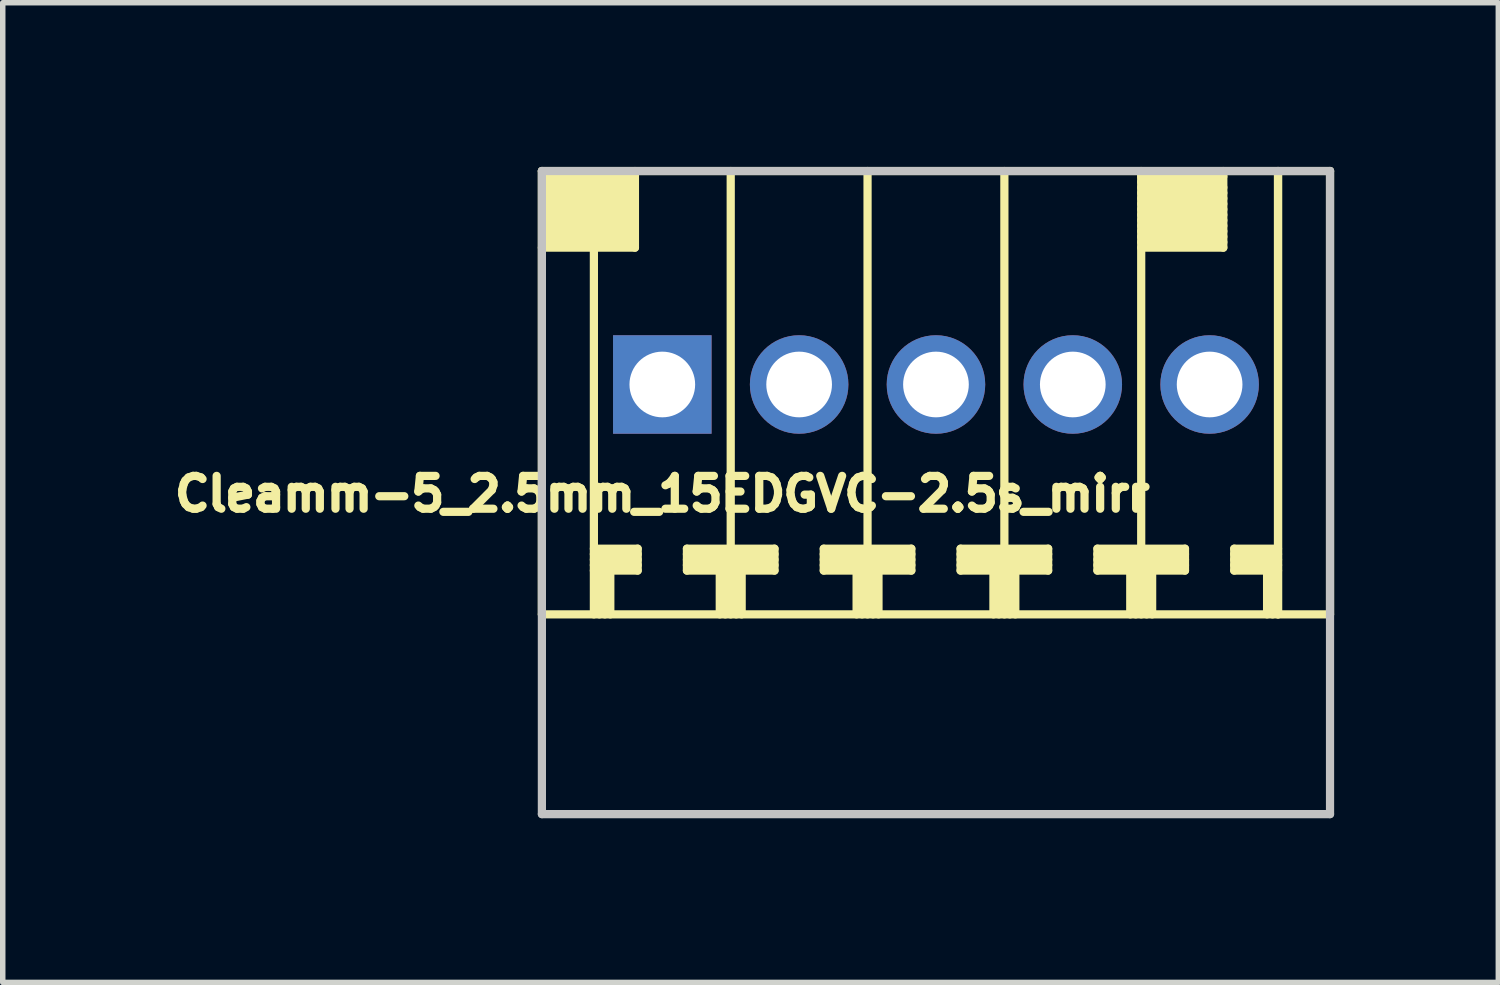
<source format=kicad_pcb>
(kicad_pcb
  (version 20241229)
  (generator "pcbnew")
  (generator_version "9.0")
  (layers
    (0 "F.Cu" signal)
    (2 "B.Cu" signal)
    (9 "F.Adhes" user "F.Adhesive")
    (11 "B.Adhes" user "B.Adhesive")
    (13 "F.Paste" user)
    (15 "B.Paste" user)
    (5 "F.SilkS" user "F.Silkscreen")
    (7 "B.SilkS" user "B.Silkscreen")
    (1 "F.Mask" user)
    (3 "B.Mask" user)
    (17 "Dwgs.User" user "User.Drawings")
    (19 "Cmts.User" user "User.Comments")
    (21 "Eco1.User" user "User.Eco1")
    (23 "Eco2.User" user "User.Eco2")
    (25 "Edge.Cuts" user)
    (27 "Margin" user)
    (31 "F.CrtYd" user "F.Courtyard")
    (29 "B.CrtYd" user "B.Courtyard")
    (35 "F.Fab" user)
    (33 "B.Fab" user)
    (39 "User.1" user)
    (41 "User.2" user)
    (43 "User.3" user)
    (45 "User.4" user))
  (footprint "Cleamm-5_2.5mm_15EDGVC-2.5s_mirr"
    (layer "F.Cu")
    (at 14.051 3.975)
    (property "Reference" "Cleamm-5_2.5mm_15EDGVC-2.5s_mirr" (at -5 2 0) (layer "F.SilkS") (effects (font (size 0.6 0.6) (thickness 0.15))))
    (attr through_hole)
    (fp_line (start -7.2 -3.9) (end -7.2 4.2) (stroke (width 0.15) (type solid)) (layer "F.SilkS"))
    (fp_line (start -7.2 -2.5) (end -5.5 -2.5) (stroke (width 0.15) (type solid)) (layer "F.SilkS"))
    (fp_line (start -7.15 -3.7) (end -5.55 -3.7) (stroke (width 0.15) (type solid)) (layer "F.SilkS"))
    (fp_line (start -7.15 -3.5) (end -5.55 -3.5) (stroke (width 0.15) (type solid)) (layer "F.SilkS"))
    (fp_line (start -7.15 -3.3) (end -5.55 -3.3) (stroke (width 0.15) (type solid)) (layer "F.SilkS"))
    (fp_line (start -7.15 -3.1) (end -5.55 -3.1) (stroke (width 0.15) (type solid)) (layer "F.SilkS"))
    (fp_line (start -7.15 -2.9) (end -5.55 -2.9) (stroke (width 0.15) (type solid)) (layer "F.SilkS"))
    (fp_line (start -7.15 -2.7) (end -5.55 -2.7) (stroke (width 0.15) (type solid)) (layer "F.SilkS"))
    (fp_line (start -6.25 -2.5) (end -6.25 4.2) (stroke (width 0.15) (type solid)) (layer "F.SilkS"))
    (fp_line (start -6.25 3.2) (end -5.45 3.2) (stroke (width 0.15) (type solid)) (layer "F.SilkS"))
    (fp_line (start -6.25 3.3) (end -5.45 3.3) (stroke (width 0.15) (type solid)) (layer "F.SilkS"))
    (fp_line (start -6.25 3.4) (end -5.45 3.4) (stroke (width 0.15) (type solid)) (layer "F.SilkS"))
    (fp_line (start -6.15 4.2) (end -6.15 3.4) (stroke (width 0.15) (type solid)) (layer "F.SilkS"))
    (fp_line (start -6.05 3.4) (end -6.05 4.2) (stroke (width 0.15) (type solid)) (layer "F.SilkS"))
    (fp_line (start -5.95 4.2) (end -5.95 3.4) (stroke (width 0.15) (type solid)) (layer "F.SilkS"))
    (fp_line (start -5.55 -3.8) (end -7.15 -3.8) (stroke (width 0.15) (type solid)) (layer "F.SilkS"))
    (fp_line (start -5.55 -3.6) (end -7.15 -3.6) (stroke (width 0.15) (type solid)) (layer "F.SilkS"))
    (fp_line (start -5.55 -3.4) (end -7.15 -3.4) (stroke (width 0.15) (type solid)) (layer "F.SilkS"))
    (fp_line (start -5.55 -3.2) (end -7.15 -3.2) (stroke (width 0.15) (type solid)) (layer "F.SilkS"))
    (fp_line (start -5.55 -3) (end -7.15 -3) (stroke (width 0.15) (type solid)) (layer "F.SilkS"))
    (fp_line (start -5.55 -2.8) (end -7.15 -2.8) (stroke (width 0.15) (type solid)) (layer "F.SilkS"))
    (fp_line (start -5.55 -2.6) (end -7.15 -2.6) (stroke (width 0.15) (type solid)) (layer "F.SilkS"))
    (fp_line (start -5.5 -2.5) (end -5.5 -3.9) (stroke (width 0.15) (type solid)) (layer "F.SilkS"))
    (fp_line (start -5.45 3) (end -6.25 3) (stroke (width 0.15) (type solid)) (layer "F.SilkS"))
    (fp_line (start -5.45 3.1) (end -6.25 3.1) (stroke (width 0.15) (type solid)) (layer "F.SilkS"))
    (fp_line (start -5.45 3.4) (end -5.45 3) (stroke (width 0.15) (type solid)) (layer "F.SilkS"))
    (fp_line (start -4.55 3) (end -4.55 3.4) (stroke (width 0.15) (type solid)) (layer "F.SilkS"))
    (fp_line (start -4.55 3.2) (end -2.95 3.2) (stroke (width 0.15) (type solid)) (layer "F.SilkS"))
    (fp_line (start -4.55 3.4) (end -3.95 3.4) (stroke (width 0.15) (type solid)) (layer "F.SilkS"))
    (fp_line (start -3.95 4.2) (end -3.95 3.4) (stroke (width 0.15) (type solid)) (layer "F.SilkS"))
    (fp_line (start -3.85 4.2) (end -3.85 3.4) (stroke (width 0.15) (type solid)) (layer "F.SilkS"))
    (fp_line (start -3.75 4.2) (end -3.75 -3.9) (stroke (width 0.15) (type solid)) (layer "F.SilkS"))
    (fp_line (start -3.65 4.2) (end -3.65 3.4) (stroke (width 0.15) (type solid)) (layer "F.SilkS"))
    (fp_line (start -3.55 3.4) (end -2.95 3.4) (stroke (width 0.15) (type solid)) (layer "F.SilkS"))
    (fp_line (start -3.55 4.2) (end -3.55 3.4) (stroke (width 0.15) (type solid)) (layer "F.SilkS"))
    (fp_line (start -2.95 3) (end -4.55 3) (stroke (width 0.15) (type solid)) (layer "F.SilkS"))
    (fp_line (start -2.95 3.1) (end -4.55 3.1) (stroke (width 0.15) (type solid)) (layer "F.SilkS"))
    (fp_line (start -2.95 3.3) (end -4.55 3.3) (stroke (width 0.15) (type solid)) (layer "F.SilkS"))
    (fp_line (start -2.95 3.4) (end -2.95 3) (stroke (width 0.15) (type solid)) (layer "F.SilkS"))
    (fp_line (start -2.05 3) (end -2.05 3.4) (stroke (width 0.15) (type solid)) (layer "F.SilkS"))
    (fp_line (start -2.05 3.2) (end -0.45 3.2) (stroke (width 0.15) (type solid)) (layer "F.SilkS"))
    (fp_line (start -2.05 3.4) (end -1.45 3.4) (stroke (width 0.15) (type solid)) (layer "F.SilkS"))
    (fp_line (start -1.45 4.2) (end -1.45 3.4) (stroke (width 0.15) (type solid)) (layer "F.SilkS"))
    (fp_line (start -1.35 4.2) (end -1.35 3.4) (stroke (width 0.15) (type solid)) (layer "F.SilkS"))
    (fp_line (start -1.25 -3.9) (end -1.25 4.2) (stroke (width 0.15) (type solid)) (layer "F.SilkS"))
    (fp_line (start -1.15 4.2) (end -1.15 3.4) (stroke (width 0.15) (type solid)) (layer "F.SilkS"))
    (fp_line (start -1.05 3.4) (end -0.45 3.4) (stroke (width 0.15) (type solid)) (layer "F.SilkS"))
    (fp_line (start -1.05 4.2) (end -1.05 3.4) (stroke (width 0.15) (type solid)) (layer "F.SilkS"))
    (fp_line (start -0.45 3) (end -2.05 3) (stroke (width 0.15) (type solid)) (layer "F.SilkS"))
    (fp_line (start -0.45 3.1) (end -2.05 3.1) (stroke (width 0.15) (type solid)) (layer "F.SilkS"))
    (fp_line (start -0.45 3.3) (end -2.05 3.3) (stroke (width 0.15) (type solid)) (layer "F.SilkS"))
    (fp_line (start -0.45 3.4) (end -0.45 3) (stroke (width 0.15) (type solid)) (layer "F.SilkS"))
    (fp_line (start 0.45 3) (end 0.45 3.4) (stroke (width 0.15) (type solid)) (layer "F.SilkS"))
    (fp_line (start 0.45 3.2) (end 2.05 3.2) (stroke (width 0.15) (type solid)) (layer "F.SilkS"))
    (fp_line (start 0.45 3.4) (end 1.05 3.4) (stroke (width 0.15) (type solid)) (layer "F.SilkS"))
    (fp_line (start 1.05 4.2) (end 1.05 3.4) (stroke (width 0.15) (type solid)) (layer "F.SilkS"))
    (fp_line (start 1.15 4.2) (end 1.15 3.4) (stroke (width 0.15) (type solid)) (layer "F.SilkS"))
    (fp_line (start 1.25 -3.9) (end 1.25 4.2) (stroke (width 0.15) (type solid)) (layer "F.SilkS"))
    (fp_line (start 1.35 4.2) (end 1.35 3.4) (stroke (width 0.15) (type solid)) (layer "F.SilkS"))
    (fp_line (start 1.45 3.4) (end 2.05 3.4) (stroke (width 0.15) (type solid)) (layer "F.SilkS"))
    (fp_line (start 1.45 4.2) (end 1.45 3.4) (stroke (width 0.15) (type solid)) (layer "F.SilkS"))
    (fp_line (start 2.05 3) (end 0.45 3) (stroke (width 0.15) (type solid)) (layer "F.SilkS"))
    (fp_line (start 2.05 3.1) (end 0.45 3.1) (stroke (width 0.15) (type solid)) (layer "F.SilkS"))
    (fp_line (start 2.05 3.3) (end 0.45 3.3) (stroke (width 0.15) (type solid)) (layer "F.SilkS"))
    (fp_line (start 2.05 3.4) (end 2.05 3) (stroke (width 0.15) (type solid)) (layer "F.SilkS"))
    (fp_line (start 2.95 3) (end 2.95 3.4) (stroke (width 0.15) (type solid)) (layer "F.SilkS"))
    (fp_line (start 2.95 3.2) (end 4.55 3.2) (stroke (width 0.15) (type solid)) (layer "F.SilkS"))
    (fp_line (start 2.95 3.4) (end 3.55 3.4) (stroke (width 0.15) (type solid)) (layer "F.SilkS"))
    (fp_line (start 3.55 4.2) (end 3.55 3.4) (stroke (width 0.15) (type solid)) (layer "F.SilkS"))
    (fp_line (start 3.65 4.2) (end 3.65 3.4) (stroke (width 0.15) (type solid)) (layer "F.SilkS"))
    (fp_line (start 3.75 -3.6) (end 5.25 -3.6) (stroke (width 0.15) (type solid)) (layer "F.SilkS"))
    (fp_line (start 3.75 -3.4) (end 5.25 -3.4) (stroke (width 0.15) (type solid)) (layer "F.SilkS"))
    (fp_line (start 3.75 -3.2) (end 5.25 -3.2) (stroke (width 0.15) (type solid)) (layer "F.SilkS"))
    (fp_line (start 3.75 -3) (end 5.25 -3) (stroke (width 0.15) (type solid)) (layer "F.SilkS"))
    (fp_line (start 3.75 -2.8) (end 5.25 -2.8) (stroke (width 0.15) (type solid)) (layer "F.SilkS"))
    (fp_line (start 3.75 -2.6) (end 5.25 -2.6) (stroke (width 0.15) (type solid)) (layer "F.SilkS"))
    (fp_line (start 3.75 4.2) (end 3.75 -3.9) (stroke (width 0.15) (type solid)) (layer "F.SilkS"))
    (fp_line (start 3.85 4.2) (end 3.85 3.4) (stroke (width 0.15) (type solid)) (layer "F.SilkS"))
    (fp_line (start 3.95 3.4) (end 4.55 3.4) (stroke (width 0.15) (type solid)) (layer "F.SilkS"))
    (fp_line (start 3.95 4.2) (end 3.95 3.4) (stroke (width 0.15) (type solid)) (layer "F.SilkS"))
    (fp_line (start 4.55 3) (end 2.95 3) (stroke (width 0.15) (type solid)) (layer "F.SilkS"))
    (fp_line (start 4.55 3.1) (end 2.95 3.1) (stroke (width 0.15) (type solid)) (layer "F.SilkS"))
    (fp_line (start 4.55 3.3) (end 2.95 3.3) (stroke (width 0.15) (type solid)) (layer "F.SilkS"))
    (fp_line (start 4.55 3.4) (end 4.55 3) (stroke (width 0.15) (type solid)) (layer "F.SilkS"))
    (fp_line (start 5.15 -3.7) (end 3.75 -3.7) (stroke (width 0.15) (type solid)) (layer "F.SilkS"))
    (fp_line (start 5.25 -3.8) (end 3.75 -3.8) (stroke (width 0.15) (type solid)) (layer "F.SilkS"))
    (fp_line (start 5.25 -3.5) (end 3.75 -3.5) (stroke (width 0.15) (type solid)) (layer "F.SilkS"))
    (fp_line (start 5.25 -3.3) (end 3.75 -3.3) (stroke (width 0.15) (type solid)) (layer "F.SilkS"))
    (fp_line (start 5.25 -3.1) (end 3.75 -3.1) (stroke (width 0.15) (type solid)) (layer "F.SilkS"))
    (fp_line (start 5.25 -2.9) (end 3.75 -2.9) (stroke (width 0.15) (type solid)) (layer "F.SilkS"))
    (fp_line (start 5.25 -2.7) (end 3.75 -2.7) (stroke (width 0.15) (type solid)) (layer "F.SilkS"))
    (fp_line (start 5.25 -2.5) (end 3.75 -2.5) (stroke (width 0.15) (type solid)) (layer "F.SilkS"))
    (fp_line (start 5.25 -2.5) (end 5.25 -3.9) (stroke (width 0.15) (type solid)) (layer "F.SilkS"))
    (fp_line (start 5.45 3) (end 6.25 3) (stroke (width 0.15) (type solid)) (layer "F.SilkS"))
    (fp_line (start 5.45 3.1) (end 6.25 3.1) (stroke (width 0.15) (type solid)) (layer "F.SilkS"))
    (fp_line (start 5.45 3.4) (end 5.45 3) (stroke (width 0.15) (type solid)) (layer "F.SilkS"))
    (fp_line (start 6.05 4.2) (end 6.05 3.4) (stroke (width 0.15) (type solid)) (layer "F.SilkS"))
    (fp_line (start 6.15 4.2) (end 6.15 3.4) (stroke (width 0.15) (type solid)) (layer "F.SilkS"))
    (fp_line (start 6.25 3.2) (end 5.45 3.2) (stroke (width 0.15) (type solid)) (layer "F.SilkS"))
    (fp_line (start 6.25 3.3) (end 5.45 3.3) (stroke (width 0.15) (type solid)) (layer "F.SilkS"))
    (fp_line (start 6.25 3.4) (end 5.45 3.4) (stroke (width 0.15) (type solid)) (layer "F.SilkS"))
    (fp_line (start 6.25 4.2) (end 6.25 -3.9) (stroke (width 0.15) (type solid)) (layer "F.SilkS"))
    (fp_line (start 6.25 4.2) (end 6.25 -3.9) (stroke (width 0.15) (type solid)) (layer "F.SilkS"))
    (fp_line (start 7.2 -3.9) (end -7.2 -3.9) (stroke (width 0.15) (type solid)) (layer "F.SilkS"))
    (fp_line (start 7.2 -3.9) (end 7.2 4.2) (stroke (width 0.15) (type solid)) (layer "F.SilkS"))
    (fp_line (start 7.2 4.2) (end -7.2 4.2) (stroke (width 0.15) (type solid)) (layer "F.SilkS"))
    (fp_line (start -7.2 -3.9) (end -7.2 7.85) (stroke (width 0.15) (type solid)) (layer "Dwgs.User"))
    (fp_line (start -7.2 -3.9) (end 7.2 -3.9) (stroke (width 0.15) (type solid)) (layer "Dwgs.User"))
    (fp_line (start 7.2 7.85) (end -7.2 7.85) (stroke (width 0.15) (type solid)) (layer "Dwgs.User"))
    (fp_line (start 7.2 7.85) (end 7.2 -3.9) (stroke (width 0.15) (type solid)) (layer "Dwgs.User"))
    (pad "1" thru_hole rect (at -5 0) (size 1.8 1.8) (drill 1.2) (layers "*.Cu" "*.Mask"))
    (pad "2" thru_hole circle (at -2.5 0) (size 1.8 1.8) (drill 1.2) (layers "*.Cu" "*.Mask"))
    (pad "3" thru_hole circle (at 0 0) (size 1.8 1.8) (drill 1.2) (layers "*.Cu" "*.Mask"))
    (pad "4" thru_hole circle (at 2.5 0) (size 1.8 1.8) (drill 1.2) (layers "*.Cu" "*.Mask"))
    (pad "5" thru_hole circle (at 5 0) (size 1.8 1.8) (drill 1.2) (layers "*.Cu" "*.Mask")))
  (gr_rect
    (start -3 -3)
    (end 24.326 14.9)
    (stroke (width 0.1) (type default))
    (fill no)
    (layer "Edge.Cuts")))
</source>
